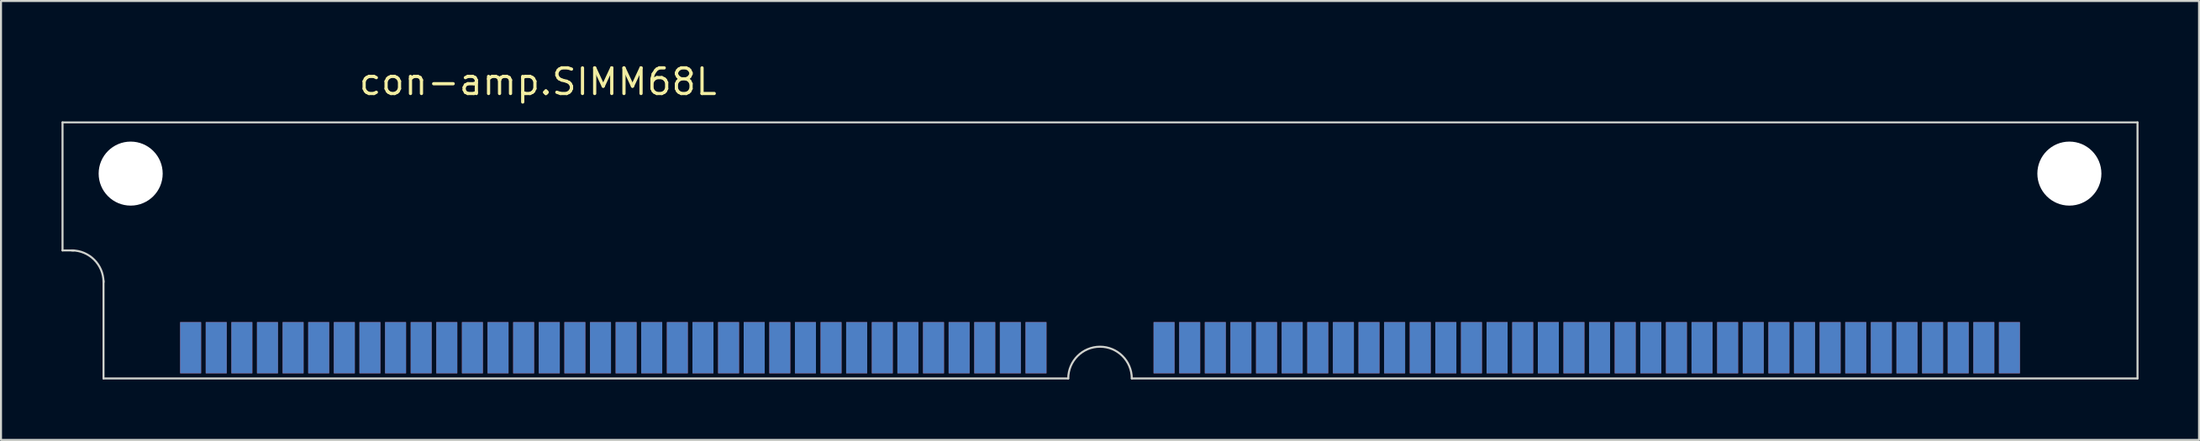
<source format=kicad_pcb>
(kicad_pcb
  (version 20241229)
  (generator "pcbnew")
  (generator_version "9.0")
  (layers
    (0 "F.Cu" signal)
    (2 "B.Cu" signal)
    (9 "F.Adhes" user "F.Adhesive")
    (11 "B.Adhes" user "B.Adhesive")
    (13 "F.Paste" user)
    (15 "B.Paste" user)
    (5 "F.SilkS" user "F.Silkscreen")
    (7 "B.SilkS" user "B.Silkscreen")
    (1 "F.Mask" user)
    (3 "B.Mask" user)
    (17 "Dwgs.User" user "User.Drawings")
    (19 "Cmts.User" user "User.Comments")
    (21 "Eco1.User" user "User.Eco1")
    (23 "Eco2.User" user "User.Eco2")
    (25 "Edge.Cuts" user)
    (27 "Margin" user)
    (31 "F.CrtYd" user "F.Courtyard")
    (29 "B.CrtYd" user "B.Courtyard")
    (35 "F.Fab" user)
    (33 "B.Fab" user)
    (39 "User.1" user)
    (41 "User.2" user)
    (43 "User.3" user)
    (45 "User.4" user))
  (footprint "con-amp.SIMM68L"
    (layer "F.Cu")
    (at 51.485 5.56)
    (property "Reference" "con-amp.SIMM68L" (at -36.83 -3.81 0) (layer "F.SilkS") (effects (font (size 1.27 1.27) (thickness 0.16)) (justify left bottom)))
    (attr smd)
    (fp_line (start -51.435 -2.54) (end 51.435 -2.54) (stroke (width 0.1) (type default)) (layer "Edge.Cuts"))
    (fp_line (start -51.435 3.81) (end -51.435 -2.54) (stroke (width 0.1) (type default)) (layer "Edge.Cuts"))
    (fp_line (start -51.435 3.81) (end -50.876 3.81) (stroke (width 0.1) (type default)) (layer "Edge.Cuts"))
    (fp_line (start -49.403 10.16) (end -49.403 5.309) (stroke (width 0.1) (type default)) (layer "Edge.Cuts"))
    (fp_line (start -1.575 10.16) (end -49.403 10.16) (stroke (width 0.1) (type default)) (layer "Edge.Cuts"))
    (fp_line (start 51.435 -2.54) (end 51.435 10.16) (stroke (width 0.1) (type default)) (layer "Edge.Cuts"))
    (fp_line (start 51.435 10.16) (end 1.575 10.16) (stroke (width 0.1) (type default)) (layer "Edge.Cuts"))
    (fp_arc (start -50.9778 3.81) (mid -49.864248 4.271248) (end -49.403 5.3848) (stroke (width 0.1) (type default)) (layer "Edge.Cuts"))
    (fp_arc (start -1.5748 10.16) (mid 0 8.5852) (end 1.5748 10.16) (stroke (width 0.1) (type default)) (layer "Edge.Cuts"))
    (pad "" np_thru_hole circle (at -48.057 0) (size 3.175 3.175) (drill 3.175) (layers "*.Cu" "*.Mask"))
    (pad "" np_thru_hole circle (at 48.057 0) (size 3.175 3.175) (drill 3.175) (layers "*.Cu" "*.Mask"))
    (pad "1" smd roundrect (at -45.085 8.636) (size 1.041 2.54) (layers "F.Cu" "F.Mask" "F.Paste") (roundrect_rratio 0.01))
    (pad "2" smd roundrect (at -43.815 8.636) (size 1.041 2.54) (layers "F.Cu" "F.Mask" "F.Paste") (roundrect_rratio 0.01))
    (pad "3" smd roundrect (at -42.545 8.636) (size 1.041 2.54) (layers "F.Cu" "F.Mask" "F.Paste") (roundrect_rratio 0.01))
    (pad "4" smd roundrect (at -41.275 8.636) (size 1.041 2.54) (layers "F.Cu" "F.Mask" "F.Paste") (roundrect_rratio 0.01))
    (pad "5" smd roundrect (at -40.005 8.636) (size 1.041 2.54) (layers "F.Cu" "F.Mask" "F.Paste") (roundrect_rratio 0.01))
    (pad "6" smd roundrect (at -38.735 8.636) (size 1.041 2.54) (layers "F.Cu" "F.Mask" "F.Paste") (roundrect_rratio 0.01))
    (pad "7" smd roundrect (at -37.465 8.636) (size 1.041 2.54) (layers "F.Cu" "F.Mask" "F.Paste") (roundrect_rratio 0.01))
    (pad "8" smd roundrect (at -36.195 8.636) (size 1.041 2.54) (layers "F.Cu" "F.Mask" "F.Paste") (roundrect_rratio 0.01))
    (pad "9" smd roundrect (at -34.925 8.636) (size 1.041 2.54) (layers "F.Cu" "F.Mask" "F.Paste") (roundrect_rratio 0.01))
    (pad "10" smd roundrect (at -33.655 8.636) (size 1.041 2.54) (layers "F.Cu" "F.Mask" "F.Paste") (roundrect_rratio 0.01))
    (pad "11" smd roundrect (at -32.385 8.636) (size 1.041 2.54) (layers "F.Cu" "F.Mask" "F.Paste") (roundrect_rratio 0.01))
    (pad "12" smd roundrect (at -31.115 8.636) (size 1.041 2.54) (layers "F.Cu" "F.Mask" "F.Paste") (roundrect_rratio 0.01))
    (pad "13" smd roundrect (at -29.845 8.636) (size 1.041 2.54) (layers "F.Cu" "F.Mask" "F.Paste") (roundrect_rratio 0.01))
    (pad "14" smd roundrect (at -28.575 8.636) (size 1.041 2.54) (layers "F.Cu" "F.Mask" "F.Paste") (roundrect_rratio 0.01))
    (pad "15" smd roundrect (at -27.305 8.636) (size 1.041 2.54) (layers "F.Cu" "F.Mask" "F.Paste") (roundrect_rratio 0.01))
    (pad "16" smd roundrect (at -26.035 8.636) (size 1.041 2.54) (layers "F.Cu" "F.Mask" "F.Paste") (roundrect_rratio 0.01))
    (pad "17" smd roundrect (at -24.765 8.636) (size 1.041 2.54) (layers "F.Cu" "F.Mask" "F.Paste") (roundrect_rratio 0.01))
    (pad "18" smd roundrect (at -23.495 8.636) (size 1.041 2.54) (layers "F.Cu" "F.Mask" "F.Paste") (roundrect_rratio 0.01))
    (pad "19" smd roundrect (at -22.225 8.636) (size 1.041 2.54) (layers "F.Cu" "F.Mask" "F.Paste") (roundrect_rratio 0.01))
    (pad "20" smd roundrect (at -20.955 8.636) (size 1.041 2.54) (layers "F.Cu" "F.Mask" "F.Paste") (roundrect_rratio 0.01))
    (pad "21" smd roundrect (at -19.685 8.636) (size 1.041 2.54) (layers "F.Cu" "F.Mask" "F.Paste") (roundrect_rratio 0.01))
    (pad "22" smd roundrect (at -18.415 8.636) (size 1.041 2.54) (layers "F.Cu" "F.Mask" "F.Paste") (roundrect_rratio 0.01))
    (pad "23" smd roundrect (at -17.145 8.636) (size 1.041 2.54) (layers "F.Cu" "F.Mask" "F.Paste") (roundrect_rratio 0.01))
    (pad "24" smd roundrect (at -15.875 8.636) (size 1.041 2.54) (layers "F.Cu" "F.Mask" "F.Paste") (roundrect_rratio 0.01))
    (pad "25" smd roundrect (at -14.605 8.636) (size 1.041 2.54) (layers "F.Cu" "F.Mask" "F.Paste") (roundrect_rratio 0.01))
    (pad "26" smd roundrect (at -13.335 8.636) (size 1.041 2.54) (layers "F.Cu" "F.Mask" "F.Paste") (roundrect_rratio 0.01))
    (pad "27" smd roundrect (at -12.065 8.636) (size 1.041 2.54) (layers "F.Cu" "F.Mask" "F.Paste") (roundrect_rratio 0.01))
    (pad "28" smd roundrect (at -10.795 8.636) (size 1.041 2.54) (layers "F.Cu" "F.Mask" "F.Paste") (roundrect_rratio 0.01))
    (pad "29" smd roundrect (at -9.525 8.636) (size 1.041 2.54) (layers "F.Cu" "F.Mask" "F.Paste") (roundrect_rratio 0.01))
    (pad "30" smd roundrect (at -8.255 8.636) (size 1.041 2.54) (layers "F.Cu" "F.Mask" "F.Paste") (roundrect_rratio 0.01))
    (pad "31" smd roundrect (at -6.985 8.636) (size 1.041 2.54) (layers "F.Cu" "F.Mask" "F.Paste") (roundrect_rratio 0.01))
    (pad "32" smd roundrect (at -5.715 8.636) (size 1.041 2.54) (layers "F.Cu" "F.Mask" "F.Paste") (roundrect_rratio 0.01))
    (pad "33" smd roundrect (at -4.445 8.636) (size 1.041 2.54) (layers "F.Cu" "F.Mask" "F.Paste") (roundrect_rratio 0.01))
    (pad "34" smd roundrect (at -3.175 8.636) (size 1.041 2.54) (layers "F.Cu" "F.Mask" "F.Paste") (roundrect_rratio 0.01))
    (pad "35" smd roundrect (at 3.175 8.636) (size 1.041 2.54) (layers "F.Cu" "F.Mask" "F.Paste") (roundrect_rratio 0.01))
    (pad "36" smd roundrect (at 4.445 8.636) (size 1.041 2.54) (layers "F.Cu" "F.Mask" "F.Paste") (roundrect_rratio 0.01))
    (pad "37" smd roundrect (at 5.715 8.636) (size 1.041 2.54) (layers "F.Cu" "F.Mask" "F.Paste") (roundrect_rratio 0.01))
    (pad "38" smd roundrect (at 6.985 8.636) (size 1.041 2.54) (layers "F.Cu" "F.Mask" "F.Paste") (roundrect_rratio 0.01))
    (pad "39" smd roundrect (at 8.255 8.636) (size 1.041 2.54) (layers "F.Cu" "F.Mask" "F.Paste") (roundrect_rratio 0.01))
    (pad "40" smd roundrect (at 9.525 8.636) (size 1.041 2.54) (layers "F.Cu" "F.Mask" "F.Paste") (roundrect_rratio 0.01))
    (pad "41" smd roundrect (at 10.795 8.636) (size 1.041 2.54) (layers "F.Cu" "F.Mask" "F.Paste") (roundrect_rratio 0.01))
    (pad "42" smd roundrect (at 12.065 8.636) (size 1.041 2.54) (layers "F.Cu" "F.Mask" "F.Paste") (roundrect_rratio 0.01))
    (pad "43" smd roundrect (at 13.335 8.636) (size 1.041 2.54) (layers "F.Cu" "F.Mask" "F.Paste") (roundrect_rratio 0.01))
    (pad "44" smd roundrect (at 14.605 8.636) (size 1.041 2.54) (layers "F.Cu" "F.Mask" "F.Paste") (roundrect_rratio 0.01))
    (pad "45" smd roundrect (at 15.875 8.636) (size 1.041 2.54) (layers "F.Cu" "F.Mask" "F.Paste") (roundrect_rratio 0.01))
    (pad "46" smd roundrect (at 17.145 8.636) (size 1.041 2.54) (layers "F.Cu" "F.Mask" "F.Paste") (roundrect_rratio 0.01))
    (pad "47" smd roundrect (at 18.415 8.636) (size 1.041 2.54) (layers "F.Cu" "F.Mask" "F.Paste") (roundrect_rratio 0.01))
    (pad "48" smd roundrect (at 19.685 8.636) (size 1.041 2.54) (layers "F.Cu" "F.Mask" "F.Paste") (roundrect_rratio 0.01))
    (pad "49" smd roundrect (at 20.955 8.636) (size 1.041 2.54) (layers "F.Cu" "F.Mask" "F.Paste") (roundrect_rratio 0.01))
    (pad "50" smd roundrect (at 22.225 8.636) (size 1.041 2.54) (layers "F.Cu" "F.Mask" "F.Paste") (roundrect_rratio 0.01))
    (pad "51" smd roundrect (at 23.495 8.636) (size 1.041 2.54) (layers "F.Cu" "F.Mask" "F.Paste") (roundrect_rratio 0.01))
    (pad "52" smd roundrect (at 24.765 8.636) (size 1.041 2.54) (layers "F.Cu" "F.Mask" "F.Paste") (roundrect_rratio 0.01))
    (pad "53" smd roundrect (at 26.035 8.636) (size 1.041 2.54) (layers "F.Cu" "F.Mask" "F.Paste") (roundrect_rratio 0.01))
    (pad "54" smd roundrect (at 27.305 8.636) (size 1.041 2.54) (layers "F.Cu" "F.Mask" "F.Paste") (roundrect_rratio 0.01))
    (pad "55" smd roundrect (at 28.575 8.636) (size 1.041 2.54) (layers "F.Cu" "F.Mask" "F.Paste") (roundrect_rratio 0.01))
    (pad "56" smd roundrect (at 29.845 8.636) (size 1.041 2.54) (layers "F.Cu" "F.Mask" "F.Paste") (roundrect_rratio 0.01))
    (pad "57" smd roundrect (at 31.115 8.636) (size 1.041 2.54) (layers "F.Cu" "F.Mask" "F.Paste") (roundrect_rratio 0.01))
    (pad "58" smd roundrect (at 32.385 8.636) (size 1.041 2.54) (layers "F.Cu" "F.Mask" "F.Paste") (roundrect_rratio 0.01))
    (pad "59" smd roundrect (at 33.655 8.636) (size 1.041 2.54) (layers "F.Cu" "F.Mask" "F.Paste") (roundrect_rratio 0.01))
    (pad "60" smd roundrect (at 34.925 8.636) (size 1.041 2.54) (layers "F.Cu" "F.Mask" "F.Paste") (roundrect_rratio 0.01))
    (pad "61" smd roundrect (at 36.195 8.636) (size 1.041 2.54) (layers "F.Cu" "F.Mask" "F.Paste") (roundrect_rratio 0.01))
    (pad "62" smd roundrect (at 37.465 8.636) (size 1.041 2.54) (layers "F.Cu" "F.Mask" "F.Paste") (roundrect_rratio 0.01))
    (pad "63" smd roundrect (at 38.735 8.636) (size 1.041 2.54) (layers "F.Cu" "F.Mask" "F.Paste") (roundrect_rratio 0.01))
    (pad "64" smd roundrect (at 40.005 8.636) (size 1.041 2.54) (layers "F.Cu" "F.Mask" "F.Paste") (roundrect_rratio 0.01))
    (pad "65" smd roundrect (at 41.275 8.636) (size 1.041 2.54) (layers "F.Cu" "F.Mask" "F.Paste") (roundrect_rratio 0.01))
    (pad "66" smd roundrect (at 42.545 8.636) (size 1.041 2.54) (layers "F.Cu" "F.Mask" "F.Paste") (roundrect_rratio 0.01))
    (pad "67" smd roundrect (at 43.815 8.636) (size 1.041 2.54) (layers "F.Cu" "F.Mask" "F.Paste") (roundrect_rratio 0.01))
    (pad "68" smd roundrect (at 45.085 8.636) (size 1.041 2.54) (layers "F.Cu" "F.Mask" "F.Paste") (roundrect_rratio 0.01))
    (pad "69" smd roundrect (at -45.085 8.636) (size 1.041 2.54) (layers "B.Cu" "B.Mask" "B.Paste") (roundrect_rratio 0.01))
    (pad "70" smd roundrect (at -43.815 8.636) (size 1.041 2.54) (layers "B.Cu" "B.Mask" "B.Paste") (roundrect_rratio 0.01))
    (pad "71" smd roundrect (at -42.545 8.636) (size 1.041 2.54) (layers "B.Cu" "B.Mask" "B.Paste") (roundrect_rratio 0.01))
    (pad "72" smd roundrect (at -41.275 8.636) (size 1.041 2.54) (layers "B.Cu" "B.Mask" "B.Paste") (roundrect_rratio 0.01))
    (pad "73" smd roundrect (at -40.005 8.636) (size 1.041 2.54) (layers "B.Cu" "B.Mask" "B.Paste") (roundrect_rratio 0.01))
    (pad "74" smd roundrect (at -38.735 8.636) (size 1.041 2.54) (layers "B.Cu" "B.Mask" "B.Paste") (roundrect_rratio 0.01))
    (pad "75" smd roundrect (at -37.465 8.636) (size 1.041 2.54) (layers "B.Cu" "B.Mask" "B.Paste") (roundrect_rratio 0.01))
    (pad "76" smd roundrect (at -36.195 8.636) (size 1.041 2.54) (layers "B.Cu" "B.Mask" "B.Paste") (roundrect_rratio 0.01))
    (pad "77" smd roundrect (at -34.925 8.636) (size 1.041 2.54) (layers "B.Cu" "B.Mask" "B.Paste") (roundrect_rratio 0.01))
    (pad "78" smd roundrect (at -33.655 8.636) (size 1.041 2.54) (layers "B.Cu" "B.Mask" "B.Paste") (roundrect_rratio 0.01))
    (pad "79" smd roundrect (at -32.385 8.636) (size 1.041 2.54) (layers "B.Cu" "B.Mask" "B.Paste") (roundrect_rratio 0.01))
    (pad "80" smd roundrect (at -31.115 8.636) (size 1.041 2.54) (layers "B.Cu" "B.Mask" "B.Paste") (roundrect_rratio 0.01))
    (pad "81" smd roundrect (at -29.845 8.636) (size 1.041 2.54) (layers "B.Cu" "B.Mask" "B.Paste") (roundrect_rratio 0.01))
    (pad "82" smd roundrect (at -28.575 8.636) (size 1.041 2.54) (layers "B.Cu" "B.Mask" "B.Paste") (roundrect_rratio 0.01))
    (pad "83" smd roundrect (at -27.305 8.636) (size 1.041 2.54) (layers "B.Cu" "B.Mask" "B.Paste") (roundrect_rratio 0.01))
    (pad "84" smd roundrect (at -26.035 8.636) (size 1.041 2.54) (layers "B.Cu" "B.Mask" "B.Paste") (roundrect_rratio 0.01))
    (pad "85" smd roundrect (at -24.765 8.636) (size 1.041 2.54) (layers "B.Cu" "B.Mask" "B.Paste") (roundrect_rratio 0.01))
    (pad "86" smd roundrect (at -23.495 8.636) (size 1.041 2.54) (layers "B.Cu" "B.Mask" "B.Paste") (roundrect_rratio 0.01))
    (pad "87" smd roundrect (at -22.225 8.636) (size 1.041 2.54) (layers "B.Cu" "B.Mask" "B.Paste") (roundrect_rratio 0.01))
    (pad "88" smd roundrect (at -20.955 8.636) (size 1.041 2.54) (layers "B.Cu" "B.Mask" "B.Paste") (roundrect_rratio 0.01))
    (pad "89" smd roundrect (at -19.685 8.636) (size 1.041 2.54) (layers "B.Cu" "B.Mask" "B.Paste") (roundrect_rratio 0.01))
    (pad "90" smd roundrect (at -18.415 8.636) (size 1.041 2.54) (layers "B.Cu" "B.Mask" "B.Paste") (roundrect_rratio 0.01))
    (pad "91" smd roundrect (at -17.145 8.636) (size 1.041 2.54) (layers "B.Cu" "B.Mask" "B.Paste") (roundrect_rratio 0.01))
    (pad "92" smd roundrect (at -15.875 8.636) (size 1.041 2.54) (layers "B.Cu" "B.Mask" "B.Paste") (roundrect_rratio 0.01))
    (pad "93" smd roundrect (at -14.605 8.636) (size 1.041 2.54) (layers "B.Cu" "B.Mask" "B.Paste") (roundrect_rratio 0.01))
    (pad "94" smd roundrect (at -13.335 8.636) (size 1.041 2.54) (layers "B.Cu" "B.Mask" "B.Paste") (roundrect_rratio 0.01))
    (pad "95" smd roundrect (at -12.065 8.636) (size 1.041 2.54) (layers "B.Cu" "B.Mask" "B.Paste") (roundrect_rratio 0.01))
    (pad "96" smd roundrect (at -10.795 8.636) (size 1.041 2.54) (layers "B.Cu" "B.Mask" "B.Paste") (roundrect_rratio 0.01))
    (pad "97" smd roundrect (at -9.525 8.636) (size 1.041 2.54) (layers "B.Cu" "B.Mask" "B.Paste") (roundrect_rratio 0.01))
    (pad "98" smd roundrect (at -8.255 8.636) (size 1.041 2.54) (layers "B.Cu" "B.Mask" "B.Paste") (roundrect_rratio 0.01))
    (pad "99" smd roundrect (at -6.985 8.636) (size 1.041 2.54) (layers "B.Cu" "B.Mask" "B.Paste") (roundrect_rratio 0.01))
    (pad "100" smd roundrect (at -5.715 8.636) (size 1.041 2.54) (layers "B.Cu" "B.Mask" "B.Paste") (roundrect_rratio 0.01))
    (pad "101" smd roundrect (at -4.445 8.636) (size 1.041 2.54) (layers "B.Cu" "B.Mask" "B.Paste") (roundrect_rratio 0.01))
    (pad "102" smd roundrect (at -3.175 8.636) (size 1.041 2.54) (layers "B.Cu" "B.Mask" "B.Paste") (roundrect_rratio 0.01))
    (pad "103" smd roundrect (at 3.175 8.636) (size 1.041 2.54) (layers "B.Cu" "B.Mask" "B.Paste") (roundrect_rratio 0.01))
    (pad "104" smd roundrect (at 4.445 8.636) (size 1.041 2.54) (layers "B.Cu" "B.Mask" "B.Paste") (roundrect_rratio 0.01))
    (pad "105" smd roundrect (at 5.715 8.636) (size 1.041 2.54) (layers "B.Cu" "B.Mask" "B.Paste") (roundrect_rratio 0.01))
    (pad "106" smd roundrect (at 6.985 8.636) (size 1.041 2.54) (layers "B.Cu" "B.Mask" "B.Paste") (roundrect_rratio 0.01))
    (pad "107" smd roundrect (at 8.255 8.636) (size 1.041 2.54) (layers "B.Cu" "B.Mask" "B.Paste") (roundrect_rratio 0.01))
    (pad "108" smd roundrect (at 9.525 8.636) (size 1.041 2.54) (layers "B.Cu" "B.Mask" "B.Paste") (roundrect_rratio 0.01))
    (pad "109" smd roundrect (at 10.795 8.636) (size 1.041 2.54) (layers "B.Cu" "B.Mask" "B.Paste") (roundrect_rratio 0.01))
    (pad "110" smd roundrect (at 12.065 8.636) (size 1.041 2.54) (layers "B.Cu" "B.Mask" "B.Paste") (roundrect_rratio 0.01))
    (pad "111" smd roundrect (at 13.335 8.636) (size 1.041 2.54) (layers "B.Cu" "B.Mask" "B.Paste") (roundrect_rratio 0.01))
    (pad "112" smd roundrect (at 14.605 8.636) (size 1.041 2.54) (layers "B.Cu" "B.Mask" "B.Paste") (roundrect_rratio 0.01))
    (pad "113" smd roundrect (at 15.875 8.636) (size 1.041 2.54) (layers "B.Cu" "B.Mask" "B.Paste") (roundrect_rratio 0.01))
    (pad "114" smd roundrect (at 17.145 8.636) (size 1.041 2.54) (layers "B.Cu" "B.Mask" "B.Paste") (roundrect_rratio 0.01))
    (pad "115" smd roundrect (at 18.415 8.636) (size 1.041 2.54) (layers "B.Cu" "B.Mask" "B.Paste") (roundrect_rratio 0.01))
    (pad "116" smd roundrect (at 19.685 8.636) (size 1.041 2.54) (layers "B.Cu" "B.Mask" "B.Paste") (roundrect_rratio 0.01))
    (pad "117" smd roundrect (at 20.955 8.636) (size 1.041 2.54) (layers "B.Cu" "B.Mask" "B.Paste") (roundrect_rratio 0.01))
    (pad "118" smd roundrect (at 22.225 8.636) (size 1.041 2.54) (layers "B.Cu" "B.Mask" "B.Paste") (roundrect_rratio 0.01))
    (pad "119" smd roundrect (at 23.495 8.636) (size 1.041 2.54) (layers "B.Cu" "B.Mask" "B.Paste") (roundrect_rratio 0.01))
    (pad "120" smd roundrect (at 24.765 8.636) (size 1.041 2.54) (layers "B.Cu" "B.Mask" "B.Paste") (roundrect_rratio 0.01))
    (pad "121" smd roundrect (at 26.035 8.636) (size 1.041 2.54) (layers "B.Cu" "B.Mask" "B.Paste") (roundrect_rratio 0.01))
    (pad "122" smd roundrect (at 27.305 8.636) (size 1.041 2.54) (layers "B.Cu" "B.Mask" "B.Paste") (roundrect_rratio 0.01))
    (pad "123" smd roundrect (at 28.575 8.636) (size 1.041 2.54) (layers "B.Cu" "B.Mask" "B.Paste") (roundrect_rratio 0.01))
    (pad "124" smd roundrect (at 29.845 8.636) (size 1.041 2.54) (layers "B.Cu" "B.Mask" "B.Paste") (roundrect_rratio 0.01))
    (pad "125" smd roundrect (at 31.115 8.636) (size 1.041 2.54) (layers "B.Cu" "B.Mask" "B.Paste") (roundrect_rratio 0.01))
    (pad "126" smd roundrect (at 32.385 8.636) (size 1.041 2.54) (layers "B.Cu" "B.Mask" "B.Paste") (roundrect_rratio 0.01))
    (pad "127" smd roundrect (at 33.655 8.636) (size 1.041 2.54) (layers "B.Cu" "B.Mask" "B.Paste") (roundrect_rratio 0.01))
    (pad "128" smd roundrect (at 34.925 8.636) (size 1.041 2.54) (layers "B.Cu" "B.Mask" "B.Paste") (roundrect_rratio 0.01))
    (pad "129" smd roundrect (at 36.195 8.636) (size 1.041 2.54) (layers "B.Cu" "B.Mask" "B.Paste") (roundrect_rratio 0.01))
    (pad "130" smd roundrect (at 37.465 8.636) (size 1.041 2.54) (layers "B.Cu" "B.Mask" "B.Paste") (roundrect_rratio 0.01))
    (pad "131" smd roundrect (at 38.735 8.636) (size 1.041 2.54) (layers "B.Cu" "B.Mask" "B.Paste") (roundrect_rratio 0.01))
    (pad "132" smd roundrect (at 40.005 8.636) (size 1.041 2.54) (layers "B.Cu" "B.Mask" "B.Paste") (roundrect_rratio 0.01))
    (pad "133" smd roundrect (at 41.275 8.636) (size 1.041 2.54) (layers "B.Cu" "B.Mask" "B.Paste") (roundrect_rratio 0.01))
    (pad "134" smd roundrect (at 42.545 8.636) (size 1.041 2.54) (layers "B.Cu" "B.Mask" "B.Paste") (roundrect_rratio 0.01))
    (pad "135" smd roundrect (at 43.815 8.636) (size 1.041 2.54) (layers "B.Cu" "B.Mask" "B.Paste") (roundrect_rratio 0.01))
    (pad "136" smd roundrect (at 45.085 8.636) (size 1.041 2.54) (layers "B.Cu" "B.Mask" "B.Paste") (roundrect_rratio 0.01)))
  (gr_rect
    (start -3 -3)
    (end 105.97 18.77)
    (stroke (width 0.1) (type default))
    (fill no)
    (layer "Edge.Cuts")))
</source>
